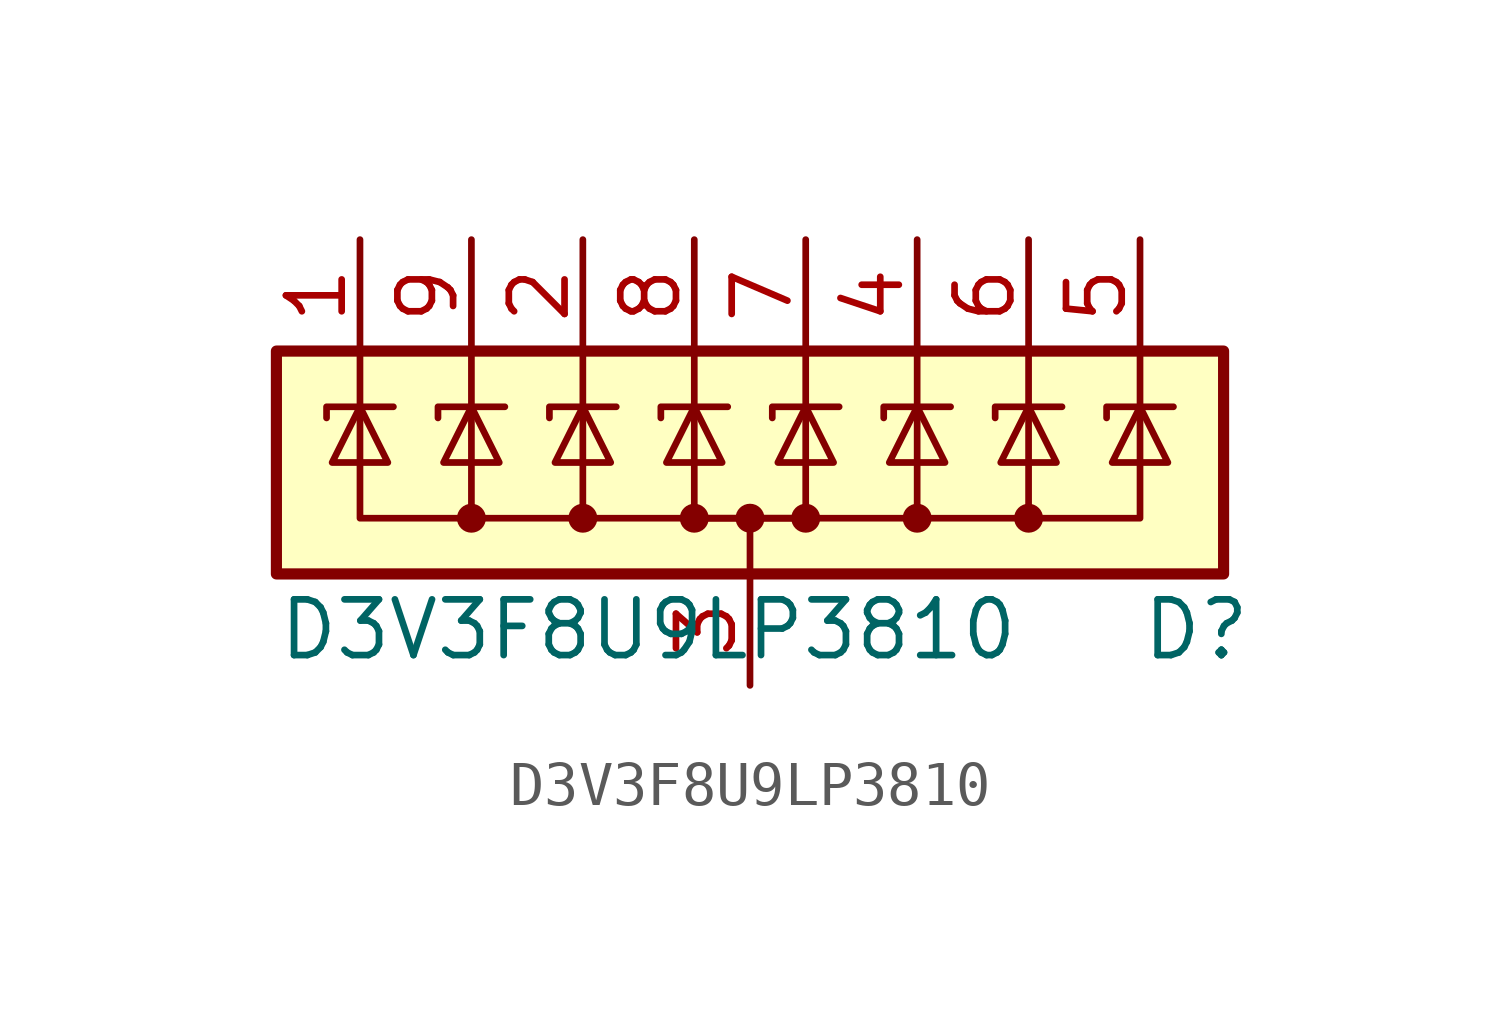
<source format=kicad_sym>
(kicad_symbol_lib
  (version 20211014)
  (generator kicad_symbol_editor)
  (symbol "D3V3F8U9LP3810"
    (pin_names hide)
    (property "Reference" "D"
      (at 8.89 -3.81 0)
      (effects (font (size 1.27 1.27)) (justify left)))
    (property "Value" "D3V3F8U9LP3810"
      (at -10.795 -3.81 0)
      (effects (font (size 1.27 1.27)) (justify left)))
    (symbol "D3V3F8U9LP3810_0_1"
      (rectangle (start -10.795 2.54) (end 10.795 -2.54) (stroke (width 0.254) (type default) (color 0 0 0 0)) (fill (type background)))
      (circle (center -6.35 -1.27) (radius 0.254) (stroke (width 0) (type default) (color 0 0 0 0)) (fill (type outline)))
      (circle (center -1.27 -1.27) (radius 0.254) (stroke (width 0) (type default) (color 0 0 0 0)) (fill (type outline)))
      (polyline (pts (xy -8.89 2.54) (xy -8.89 1.27)) (stroke (width 0) (type default) (color 0 0 0 0)) (fill (type none)))
      (polyline (pts (xy 0 -1.27) (xy 0 -2.54)) (stroke (width 0) (type default) (color 0 0 0 0)) (fill (type none)))
      (polyline (pts (xy 8.89 2.54) (xy 8.89 1.27)) (stroke (width 0) (type default) (color 0 0 0 0)) (fill (type none)))
      (polyline (pts (xy -8.89 1.27) (xy -8.89 -1.27) (xy -6.35 -1.27)) (stroke (width 0) (type default) (color 0 0 0 0)) (fill (type none)))
      (polyline (pts (xy 8.89 1.27) (xy 8.89 -1.27) (xy 6.35 -1.27)) (stroke (width 0) (type default) (color 0 0 0 0)) (fill (type none)))
      (polyline (pts (xy -9.652 1.016) (xy -9.652 1.27) (xy -8.255 1.27) (xy -8.128 1.27)) (stroke (width 0) (type default) (color 0 0 0 0)) (fill (type none)))
      (polyline (pts (xy -8.89 1.27) (xy -8.255 0) (xy -9.525 0) (xy -8.89 1.27)) (stroke (width 0) (type default) (color 0 0 0 0)) (fill (type none)))
      (polyline (pts (xy 8.128 1.016) (xy 8.128 1.27) (xy 9.525 1.27) (xy 9.652 1.27)) (stroke (width 0) (type default) (color 0 0 0 0)) (fill (type none)))
      (polyline (pts (xy 8.89 1.27) (xy 8.255 0) (xy 9.525 0) (xy 8.89 1.27)) (stroke (width 0) (type default) (color 0 0 0 0)) (fill (type none))))
    (symbol "D3V3F8U9LP3810_1_1"
      (circle (center -3.81 -1.27) (radius 0.254) (stroke (width 0) (type default) (color 0 0 0 0)) (fill (type outline)))
      (circle (center 0 -1.27) (radius 0.254) (stroke (width 0) (type default) (color 0 0 0 0)) (fill (type outline)))
      (polyline (pts (xy -6.35 2.54) (xy -6.35 1.27)) (stroke (width 0) (type default) (color 0 0 0 0)) (fill (type none)))
      (polyline (pts (xy -3.81 2.54) (xy -3.81 1.27)) (stroke (width 0) (type default) (color 0 0 0 0)) (fill (type none)))
      (polyline (pts (xy -1.27 2.54) (xy -1.27 1.27)) (stroke (width 0) (type default) (color 0 0 0 0)) (fill (type none)))
      (polyline (pts (xy 1.27 2.54) (xy 1.27 1.27)) (stroke (width 0) (type default) (color 0 0 0 0)) (fill (type none)))
      (polyline (pts (xy 3.81 2.54) (xy 3.81 1.27)) (stroke (width 0) (type default) (color 0 0 0 0)) (fill (type none)))
      (polyline (pts (xy 6.35 2.54) (xy 6.35 1.27)) (stroke (width 0) (type default) (color 0 0 0 0)) (fill (type none)))
      (polyline (pts (xy -6.35 1.27) (xy -6.35 -1.27) (xy -3.81 -1.27)) (stroke (width 0) (type default) (color 0 0 0 0)) (fill (type none)))
      (polyline (pts (xy -3.81 1.27) (xy -3.81 -1.27) (xy -1.27 -1.27)) (stroke (width 0) (type default) (color 0 0 0 0)) (fill (type none)))
      (polyline (pts (xy -1.27 1.27) (xy -1.27 -1.27) (xy 1.27 -1.27)) (stroke (width 0) (type default) (color 0 0 0 0)) (fill (type none)))
      (polyline (pts (xy 1.27 1.27) (xy 1.27 -1.27) (xy -1.27 -1.27)) (stroke (width 0) (type default) (color 0 0 0 0)) (fill (type none)))
      (polyline (pts (xy 3.81 1.27) (xy 3.81 -1.27) (xy 1.27 -1.27)) (stroke (width 0) (type default) (color 0 0 0 0)) (fill (type none)))
      (polyline (pts (xy 6.35 1.27) (xy 6.35 -1.27) (xy 3.81 -1.27)) (stroke (width 0) (type default) (color 0 0 0 0)) (fill (type none)))
      (polyline (pts (xy -7.112 1.016) (xy -7.112 1.27) (xy -5.715 1.27) (xy -5.588 1.27)) (stroke (width 0) (type default) (color 0 0 0 0)) (fill (type none)))
      (polyline (pts (xy -6.35 1.27) (xy -5.715 0) (xy -6.985 0) (xy -6.35 1.27)) (stroke (width 0) (type default) (color 0 0 0 0)) (fill (type none)))
      (polyline (pts (xy -4.572 1.016) (xy -4.572 1.27) (xy -3.175 1.27) (xy -3.048 1.27)) (stroke (width 0) (type default) (color 0 0 0 0)) (fill (type none)))
      (polyline (pts (xy -3.81 1.27) (xy -3.175 0) (xy -4.445 0) (xy -3.81 1.27)) (stroke (width 0) (type default) (color 0 0 0 0)) (fill (type none)))
      (polyline (pts (xy -2.032 1.016) (xy -2.032 1.27) (xy -0.635 1.27) (xy -0.508 1.27)) (stroke (width 0) (type default) (color 0 0 0 0)) (fill (type none)))
      (polyline (pts (xy -1.27 1.27) (xy -0.635 0) (xy -1.905 0) (xy -1.27 1.27)) (stroke (width 0) (type default) (color 0 0 0 0)) (fill (type none)))
      (polyline (pts (xy 0.508 1.016) (xy 0.508 1.27) (xy 1.905 1.27) (xy 2.032 1.27)) (stroke (width 0) (type default) (color 0 0 0 0)) (fill (type none)))
      (polyline (pts (xy 1.27 1.27) (xy 0.635 0) (xy 1.905 0) (xy 1.27 1.27)) (stroke (width 0) (type default) (color 0 0 0 0)) (fill (type none)))
      (polyline (pts (xy 3.048 1.016) (xy 3.048 1.27) (xy 4.445 1.27) (xy 4.572 1.27)) (stroke (width 0) (type default) (color 0 0 0 0)) (fill (type none)))
      (polyline (pts (xy 3.81 1.27) (xy 3.175 0) (xy 4.445 0) (xy 3.81 1.27)) (stroke (width 0) (type default) (color 0 0 0 0)) (fill (type none)))
      (polyline (pts (xy 5.588 1.016) (xy 5.588 1.27) (xy 6.985 1.27) (xy 7.112 1.27)) (stroke (width 0) (type default) (color 0 0 0 0)) (fill (type none)))
      (polyline (pts (xy 6.35 1.27) (xy 5.715 0) (xy 6.985 0) (xy 6.35 1.27)) (stroke (width 0) (type default) (color 0 0 0 0)) (fill (type none)))
      (circle (center 1.27 -1.27) (radius 0.254) (stroke (width 0) (type default) (color 0 0 0 0)) (fill (type outline)))
      (circle (center 3.81 -1.27) (radius 0.254) (stroke (width 0) (type default) (color 0 0 0 0)) (fill (type outline)))
      (circle (center 6.35 -1.27) (radius 0.254) (stroke (width 0) (type default) (color 0 0 0 0)) (fill (type outline)))
      (pin passive line (at -8.89 5.08 270) (length 2.54) (name "Line-1" (effects (font (size 1.27 1.27)))) (number "1" (effects (font (size 1.27 1.27)))))
      (pin passive line (at -3.81 5.08 270) (length 2.54) (name "Line-3" (effects (font (size 1.27 1.27)))) (number "2" (effects (font (size 1.27 1.27)))))
      (pin passive line (at 0 -5.08 90) (length 2.54) (name "GND" (effects (font (size 1.27 1.27)))) (number "3" (effects (font (size 1.27 1.27)))))
      (pin passive line (at 3.81 5.08 270) (length 2.54) (name "Line-6" (effects (font (size 1.27 1.27)))) (number "4" (effects (font (size 1.27 1.27)))))
      (pin passive line (at 8.89 5.08 270) (length 2.54) (name "Line-8" (effects (font (size 1.27 1.27)))) (number "5" (effects (font (size 1.27 1.27)))))
      (pin passive line (at 6.35 5.08 270) (length 2.54) (name "Line-7" (effects (font (size 1.27 1.27)))) (number "6" (effects (font (size 1.27 1.27)))))
      (pin passive line (at 1.27 5.08 270) (length 2.54) (name "Line-5" (effects (font (size 1.27 1.27)))) (number "7" (effects (font (size 1.27 1.27)))))
      (pin passive line (at -1.27 5.08 270) (length 2.54) (name "Line-4" (effects (font (size 1.27 1.27)))) (number "8" (effects (font (size 1.27 1.27)))))
      (pin passive line (at -6.35 5.08 270) (length 2.54) (name "Line-2" (effects (font (size 1.27 1.27)))) (number "9" (effects (font (size 1.27 1.27))))))))
</source>
